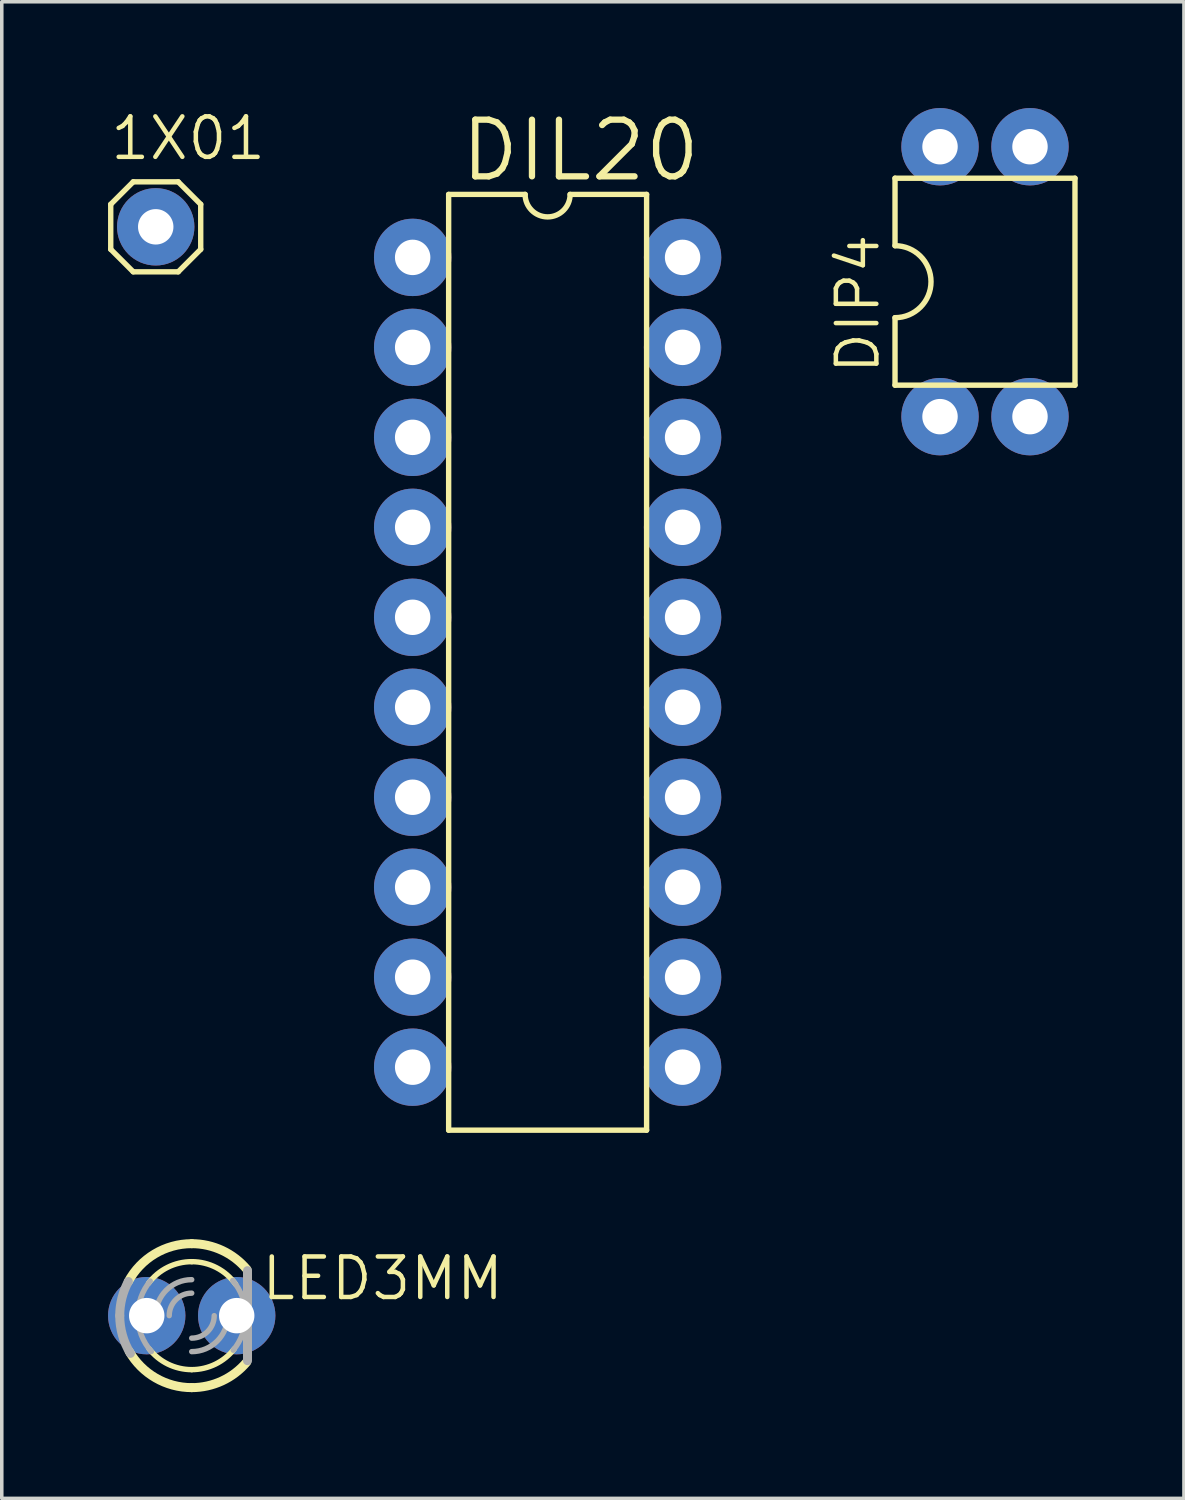
<source format=kicad_pcb>
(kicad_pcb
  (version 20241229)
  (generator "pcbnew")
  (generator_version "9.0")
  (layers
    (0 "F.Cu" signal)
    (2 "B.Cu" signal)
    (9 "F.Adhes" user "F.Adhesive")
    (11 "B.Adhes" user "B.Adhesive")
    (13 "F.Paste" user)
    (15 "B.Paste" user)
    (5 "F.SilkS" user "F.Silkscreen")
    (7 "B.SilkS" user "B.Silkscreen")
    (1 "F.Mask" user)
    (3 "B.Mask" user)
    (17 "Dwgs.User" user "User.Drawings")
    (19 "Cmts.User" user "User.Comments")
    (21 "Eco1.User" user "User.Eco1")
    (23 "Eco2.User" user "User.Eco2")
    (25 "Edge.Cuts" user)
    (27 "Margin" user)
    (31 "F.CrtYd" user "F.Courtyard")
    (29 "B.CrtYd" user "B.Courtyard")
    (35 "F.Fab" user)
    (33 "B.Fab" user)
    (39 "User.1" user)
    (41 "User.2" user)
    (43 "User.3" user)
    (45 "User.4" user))
  (footprint "DIP4"
    (layer "F.Cu")
    (at 24.756 4.902)
    (property "Reference" "DIP4" (at -2.921 2.667 90) (layer "F.SilkS") (effects (font (size 1.143 1.143) (thickness 0.127)) (justify left bottom)))
    (fp_line (start -2.54 -2.921) (end -2.54 -1.016) (stroke (width 0.152) (type solid)) (layer "F.SilkS"))
    (fp_line (start -2.54 2.921) (end -2.54 1.016) (stroke (width 0.152) (type solid)) (layer "F.SilkS"))
    (fp_line (start -2.54 2.921) (end 2.54 2.921) (stroke (width 0.152) (type solid)) (layer "F.SilkS"))
    (fp_line (start 2.54 -2.921) (end -2.54 -2.921) (stroke (width 0.152) (type solid)) (layer "F.SilkS"))
    (fp_line (start 2.54 -2.921) (end 2.54 2.921) (stroke (width 0.152) (type solid)) (layer "F.SilkS"))
    (fp_arc (start -2.54 -1.016) (mid -1.524 0) (end -2.54 1.016) (stroke (width 0.1524) (type solid)) (layer "F.SilkS"))
    (pad "1" thru_hole circle (at -1.27 3.81 90) (size 2.184 2.184) (drill 1) (layers "*.Cu" "*.Mask"))
    (pad "2" thru_hole circle (at 1.27 3.81 90) (size 2.184 2.184) (drill 1) (layers "*.Cu" "*.Mask"))
    (pad "3" thru_hole circle (at 1.27 -3.81 90) (size 2.184 2.184) (drill 1) (layers "*.Cu" "*.Mask"))
    (pad "4" thru_hole circle (at -1.27 -3.81 90) (size 2.184 2.184) (drill 1) (layers "*.Cu" "*.Mask")))
  (footprint "DIL20"
    (layer "F.Cu")
    (at 12.409 16.916)
    (property "Reference" "DIL20" (at -2.54 -14.783 0) (layer "F.SilkS") (effects (font (size 1.6 1.6) (thickness 0.178)) (justify left bottom)))
    (fp_line (start -2.794 11.938) (end -2.794 -14.478) (stroke (width 0.152) (type solid)) (layer "F.SilkS"))
    (fp_line (start -2.794 11.938) (end 2.794 11.938) (stroke (width 0.152) (type solid)) (layer "F.SilkS"))
    (fp_line (start -0.635 -14.478) (end -2.794 -14.478) (stroke (width 0.152) (type solid)) (layer "F.SilkS"))
    (fp_line (start 2.794 -14.478) (end 0.635 -14.478) (stroke (width 0.152) (type solid)) (layer "F.SilkS"))
    (fp_line (start 2.794 -14.478) (end 2.794 11.938) (stroke (width 0.152) (type solid)) (layer "F.SilkS"))
    (fp_arc (start 0.635 -14.478) (mid 0 -13.843) (end -0.635 -14.478) (stroke (width 0.1524) (type solid)) (layer "F.SilkS"))
    (pad "1" thru_hole circle (at -3.81 -12.7) (size 2.184 2.184) (drill 1) (layers "*.Cu" "*.Mask"))
    (pad "2" thru_hole circle (at -3.81 -10.16) (size 2.184 2.184) (drill 1) (layers "*.Cu" "*.Mask"))
    (pad "3" thru_hole circle (at -3.81 -7.62) (size 2.184 2.184) (drill 1) (layers "*.Cu" "*.Mask"))
    (pad "4" thru_hole circle (at -3.81 -5.08) (size 2.184 2.184) (drill 1) (layers "*.Cu" "*.Mask"))
    (pad "5" thru_hole circle (at -3.81 -2.54) (size 2.184 2.184) (drill 1) (layers "*.Cu" "*.Mask"))
    (pad "6" thru_hole circle (at -3.81 0) (size 2.184 2.184) (drill 1) (layers "*.Cu" "*.Mask"))
    (pad "7" thru_hole circle (at -3.81 2.54) (size 2.184 2.184) (drill 1) (layers "*.Cu" "*.Mask"))
    (pad "8" thru_hole circle (at -3.81 5.08) (size 2.184 2.184) (drill 1) (layers "*.Cu" "*.Mask"))
    (pad "9" thru_hole circle (at -3.81 7.62) (size 2.184 2.184) (drill 1) (layers "*.Cu" "*.Mask"))
    (pad "10" thru_hole circle (at -3.81 10.16) (size 2.184 2.184) (drill 1) (layers "*.Cu" "*.Mask"))
    (pad "11" thru_hole circle (at 3.81 10.16) (size 2.184 2.184) (drill 1) (layers "*.Cu" "*.Mask"))
    (pad "12" thru_hole circle (at 3.81 7.62) (size 2.184 2.184) (drill 1) (layers "*.Cu" "*.Mask"))
    (pad "13" thru_hole circle (at 3.81 5.08) (size 2.184 2.184) (drill 1) (layers "*.Cu" "*.Mask"))
    (pad "14" thru_hole circle (at 3.81 2.54) (size 2.184 2.184) (drill 1) (layers "*.Cu" "*.Mask"))
    (pad "15" thru_hole circle (at 3.81 0) (size 2.184 2.184) (drill 1) (layers "*.Cu" "*.Mask"))
    (pad "16" thru_hole circle (at 3.81 -2.54) (size 2.184 2.184) (drill 1) (layers "*.Cu" "*.Mask"))
    (pad "17" thru_hole circle (at 3.81 -5.08) (size 2.184 2.184) (drill 1) (layers "*.Cu" "*.Mask"))
    (pad "18" thru_hole circle (at 3.81 -7.62) (size 2.184 2.184) (drill 1) (layers "*.Cu" "*.Mask"))
    (pad "19" thru_hole circle (at 3.81 -10.16) (size 2.184 2.184) (drill 1) (layers "*.Cu" "*.Mask"))
    (pad "20" thru_hole circle (at 3.81 -12.7) (size 2.184 2.184) (drill 1) (layers "*.Cu" "*.Mask")))
  (footprint "LED3MM"
    (layer "F.Cu")
    (at 2.362 34.09)
    (property "Reference" "LED3MM" (at 1.905 -0.381 0) (layer "F.SilkS") (effects (font (size 1.143 1.143) (thickness 0.127)) (justify left bottom)))
    (fp_arc (start -1.7929 -0.9562) (mid -1.045447 -1.742414) (end 0 -2.032) (stroke (width 0.254) (type solid)) (layer "F.SilkS"))
    (fp_arc (start -1.2192 -0.9144) (mid -0.681554 -1.363107) (end 0 -1.524) (stroke (width 0.1524) (type solid)) (layer "F.SilkS"))
    (fp_arc (start 0 -2.032) (mid 0.861864 -1.840173) (end 1.561 -1.3009) (stroke (width 0.254) (type solid)) (layer "F.SilkS"))
    (fp_arc (start 0 -1.524) (mid 0.697339 -1.355082) (end 1.2401 -0.885801) (stroke (width 0.1524) (type solid)) (layer "F.SilkS"))
    (fp_arc (start 0.000001 1.524) (mid -0.669597 1.369028) (end -1.203 0.9356) (stroke (width 0.1524) (type solid)) (layer "F.SilkS"))
    (fp_arc (start 0.000001 2.032) (mid -1.01994 1.757552) (end -1.7643 1.0082) (stroke (width 0.254) (type solid)) (layer "F.SilkS"))
    (fp_arc (start 1.203 0.935599) (mid 0.669598 1.369027) (end 0 1.524) (stroke (width 0.1524) (type solid)) (layer "F.SilkS"))
    (fp_arc (start 1.5512 1.3126) (mid 0.854953 1.843405) (end 0 2.032) (stroke (width 0.254) (type solid)) (layer "F.SilkS"))
    (fp_line (start 1.575 1.27) (end 1.575 -1.27) (stroke (width 0.254) (type solid)) (layer "F.Fab"))
    (fp_arc (start -2.032 0) (mid -1.970339 -0.496775) (end -1.7891 -0.9634) (stroke (width 0.254) (type solid)) (layer "F.Fab"))
    (fp_arc (start -1.7306 1.065) (mid -1.95521 0.553417) (end -2.032 0) (stroke (width 0.254) (type solid)) (layer "F.Fab"))
    (fp_arc (start -1.524 0) (mid -1.432981 -0.518783) (end -1.1708 -0.9756) (stroke (width 0.1524) (type solid)) (layer "F.Fab"))
    (fp_arc (start -1.139099 1.0125) (mid -1.424546 0.541603) (end -1.524 0) (stroke (width 0.1524) (type solid)) (layer "F.Fab"))
    (fp_arc (start -1.016 0) (mid -0.71842 -0.71842) (end 0 -1.016) (stroke (width 0.1524) (type solid)) (layer "F.Fab"))
    (fp_arc (start -0.635 0) (mid -0.449013 -0.449013) (end 0 -0.635) (stroke (width 0.1524) (type solid)) (layer "F.Fab"))
    (fp_arc (start 0.635 0) (mid 0.449013 0.449013) (end 0 0.635) (stroke (width 0.1524) (type solid)) (layer "F.Fab"))
    (fp_arc (start 1.016 0) (mid 0.71842 0.71842) (end 0 1.016) (stroke (width 0.1524) (type solid)) (layer "F.Fab"))
    (fp_arc (start 1.1571 -0.9918) (mid 1.429332 -0.528744) (end 1.524 0) (stroke (width 0.1524) (type solid)) (layer "F.Fab"))
    (fp_arc (start 1.524 0) (mid 1.432981 0.518783) (end 1.1708 0.9756) (stroke (width 0.1524) (type solid)) (layer "F.Fab"))
    (pad "A" thru_hole circle (at -1.27 0) (size 2.184 2.184) (drill 1) (layers "*.Cu" "*.Mask"))
    (pad "K" thru_hole circle (at 1.27 0) (size 2.184 2.184) (drill 1) (layers "*.Cu" "*.Mask")))
  (footprint "1X01"
    (layer "F.Cu")
    (at 1.346 3.353)
    (property "Reference" "1X01" (at -1.346 -1.829 0) (layer "F.SilkS") (effects (font (size 1.143 1.143) (thickness 0.127)) (justify left bottom)))
    (fp_line (start -1.27 -0.635) (end -1.27 0.635) (stroke (width 0.152) (type solid)) (layer "F.SilkS"))
    (fp_line (start -1.27 0.635) (end -0.635 1.27) (stroke (width 0.152) (type solid)) (layer "F.SilkS"))
    (fp_line (start -0.635 -1.27) (end -1.27 -0.635) (stroke (width 0.152) (type solid)) (layer "F.SilkS"))
    (fp_line (start -0.635 -1.27) (end 0.635 -1.27) (stroke (width 0.152) (type solid)) (layer "F.SilkS"))
    (fp_line (start 0.635 -1.27) (end 1.27 -0.635) (stroke (width 0.152) (type solid)) (layer "F.SilkS"))
    (fp_line (start 0.635 1.27) (end -0.635 1.27) (stroke (width 0.152) (type solid)) (layer "F.SilkS"))
    (fp_line (start 1.27 -0.635) (end 1.27 0.635) (stroke (width 0.152) (type solid)) (layer "F.SilkS"))
    (fp_line (start 1.27 0.635) (end 0.635 1.27) (stroke (width 0.152) (type solid)) (layer "F.SilkS"))
    (fp_poly (pts (xy -0.254 0.254) (xy 0.254 0.254) (xy 0.254 -0.254) (xy -0.254 -0.254)) (stroke (width 0.1) (type default)) (fill no) (layer "F.Fab"))
    (pad "1" thru_hole circle (at 0 0) (size 2.184 2.184) (drill 1) (layers "*.Cu" "*.Mask")))
  (gr_rect
    (start -3 -3)
    (end 30.372 39.249)
    (stroke (width 0.1) (type default))
    (fill no)
    (layer "Edge.Cuts")))
</source>
